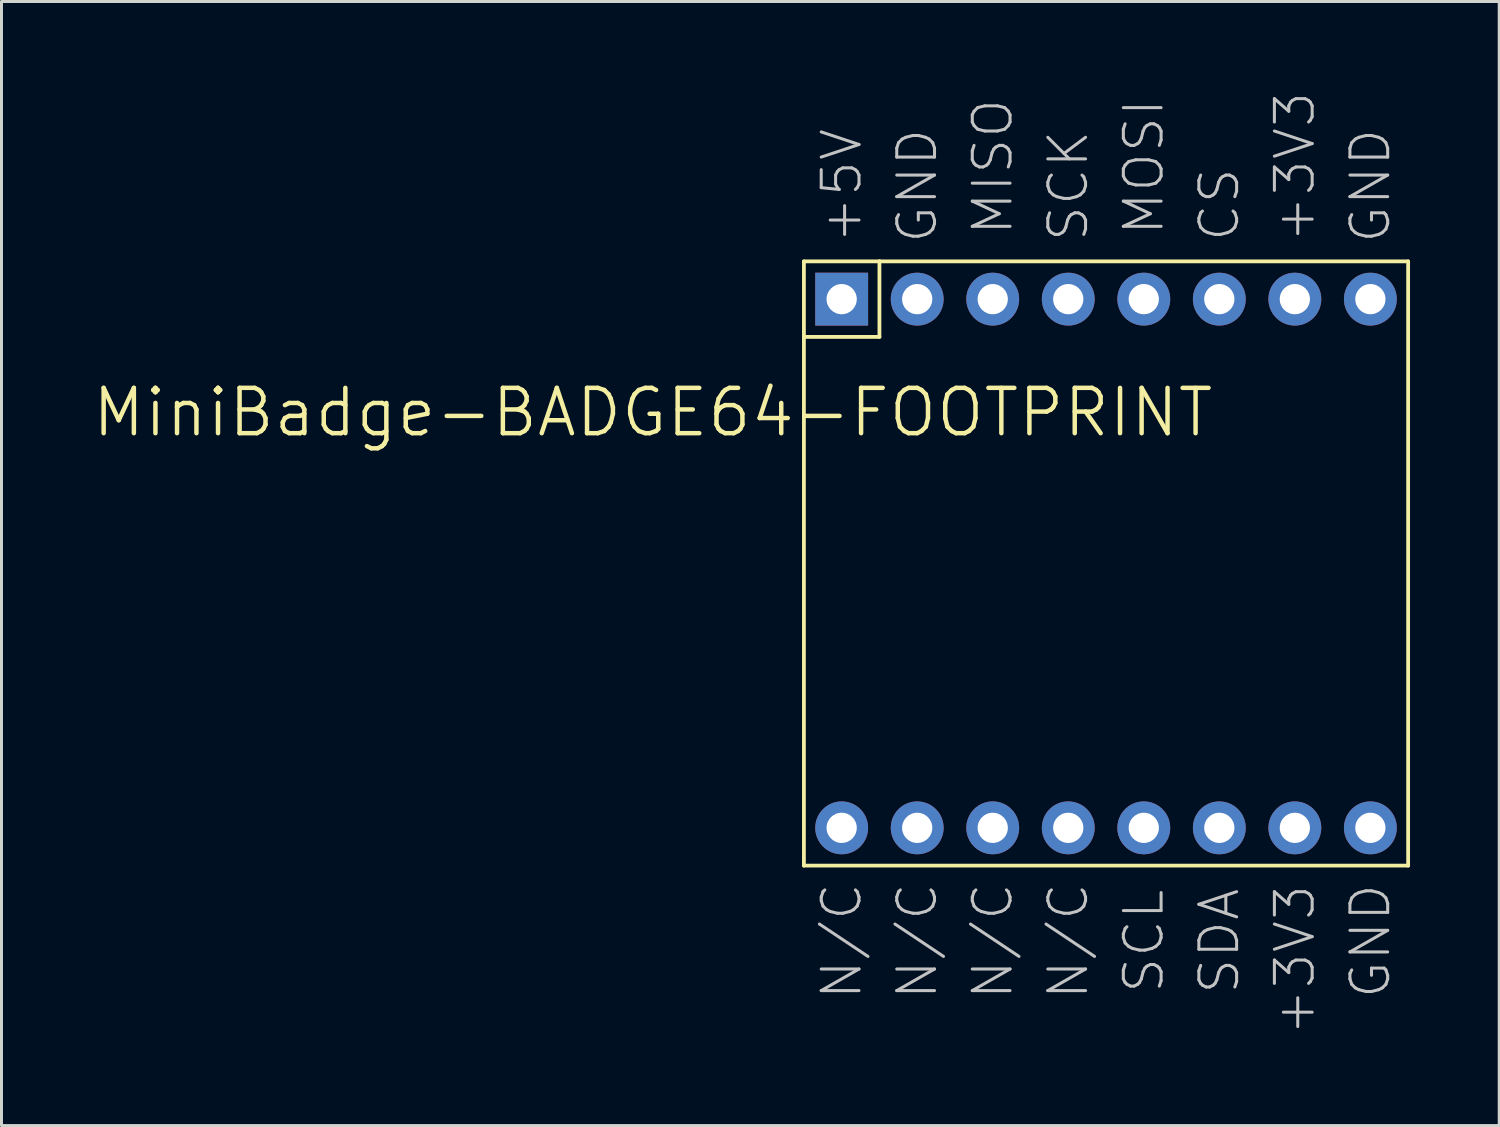
<source format=kicad_pcb>
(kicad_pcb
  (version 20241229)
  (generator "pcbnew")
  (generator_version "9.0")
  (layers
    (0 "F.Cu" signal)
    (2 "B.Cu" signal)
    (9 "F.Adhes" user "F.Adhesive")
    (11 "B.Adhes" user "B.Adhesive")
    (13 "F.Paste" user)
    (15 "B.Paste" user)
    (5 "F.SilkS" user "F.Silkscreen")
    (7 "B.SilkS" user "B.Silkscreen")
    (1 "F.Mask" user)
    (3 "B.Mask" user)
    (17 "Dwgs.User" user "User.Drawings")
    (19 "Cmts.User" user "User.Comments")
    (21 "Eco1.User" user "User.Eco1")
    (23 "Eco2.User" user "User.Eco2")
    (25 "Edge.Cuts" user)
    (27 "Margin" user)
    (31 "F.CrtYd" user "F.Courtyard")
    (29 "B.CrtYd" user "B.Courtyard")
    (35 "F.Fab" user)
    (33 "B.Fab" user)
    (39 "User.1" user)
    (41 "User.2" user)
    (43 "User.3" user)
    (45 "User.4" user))
  (footprint "MiniBadge-BADGE64-FOOTPRINT"
    (layer "F.Cu")
    (at 25.255 7.01)
    (property "Reference" "MiniBadge-BADGE64-FOOTPRINT" (at -6.35 3.81 0) (layer "F.SilkS") (effects (font (size 1.524 1.524) (thickness 0.15))))
    (attr exclude_from_pos_files exclude_from_bom)
    (fp_line (start -1.27 -1.27) (end 1.27 -1.27) (stroke (width 0.127) (type solid)) (layer "F.SilkS"))
    (fp_line (start -1.27 1.27) (end -1.27 -1.27) (stroke (width 0.127) (type solid)) (layer "F.SilkS"))
    (fp_line (start -1.27 1.27) (end 1.27 1.27) (stroke (width 0.127) (type solid)) (layer "F.SilkS"))
    (fp_line (start -1.27 19.05) (end -1.27 1.27) (stroke (width 0.127) (type solid)) (layer "F.SilkS"))
    (fp_line (start 1.27 -1.27) (end 19.05 -1.27) (stroke (width 0.127) (type solid)) (layer "F.SilkS"))
    (fp_line (start 1.27 1.27) (end 1.27 -1.27) (stroke (width 0.127) (type solid)) (layer "F.SilkS"))
    (fp_line (start 19.05 -1.27) (end 19.05 19.05) (stroke (width 0.127) (type solid)) (layer "F.SilkS"))
    (fp_line (start 19.05 19.05) (end -1.27 19.05) (stroke (width 0.127) (type solid)) (layer "F.SilkS"))
    (fp_text user "SDA" (at 12.7 21.59 270) (layer "Dwgs.User") (effects (font (size 1.27 1.27) (thickness 0.102))))
    (fp_text user "MOSI" (at 10.16 -4.445 90) (layer "Dwgs.User") (effects (font (size 1.27 1.27) (thickness 0.102))))
    (fp_text user "GND" (at 2.54 -3.81 90) (layer "Dwgs.User") (effects (font (size 1.27 1.27) (thickness 0.102))))
    (fp_text user "GND" (at 17.78 21.59 270) (layer "Dwgs.User") (effects (font (size 1.27 1.27) (thickness 0.102))))
    (fp_text user "N/C" (at 5.08 21.59 270) (layer "Dwgs.User") (effects (font (size 1.27 1.27) (thickness 0.102))))
    (fp_text user "MISO" (at 5.08 -4.445 90) (layer "Dwgs.User") (effects (font (size 1.27 1.27) (thickness 0.102))))
    (fp_text user "N/C" (at 0 21.59 270) (layer "Dwgs.User") (effects (font (size 1.27 1.27) (thickness 0.102))))
    (fp_text user "CS" (at 12.7 -3.175 90) (layer "Dwgs.User") (effects (font (size 1.27 1.27) (thickness 0.102))))
    (fp_text user "+3V3" (at 15.24 -4.445 90) (layer "Dwgs.User") (effects (font (size 1.27 1.27) (thickness 0.102))))
    (fp_text user "GND" (at 17.78 -3.81 90) (layer "Dwgs.User") (effects (font (size 1.27 1.27) (thickness 0.102))))
    (fp_text user "N/C" (at 7.62 21.59 270) (layer "Dwgs.User") (effects (font (size 1.27 1.27) (thickness 0.102))))
    (fp_text user "N/C" (at 2.54 21.59 270) (layer "Dwgs.User") (effects (font (size 1.27 1.27) (thickness 0.102))))
    (fp_text user "+5V" (at 0 -3.81 90) (layer "Dwgs.User") (effects (font (size 1.27 1.27) (thickness 0.102))))
    (fp_text user "SCL" (at 10.16 21.59 270) (layer "Dwgs.User") (effects (font (size 1.27 1.27) (thickness 0.102))))
    (fp_text user "SCK" (at 7.62 -3.81 90) (layer "Dwgs.User") (effects (font (size 1.27 1.27) (thickness 0.102))))
    (fp_text user "+3V3" (at 15.24 22.225 270) (layer "Dwgs.User") (effects (font (size 1.27 1.27) (thickness 0.102))))
    (pad "1" thru_hole rect (at 0 0) (size 1.778 1.778) (drill 1.016) (layers "*.Cu" "*.Paste" "*.Mask"))
    (pad "2" thru_hole circle (at 2.54 0) (size 1.778 1.778) (drill 1.016) (layers "*.Cu" "*.Paste" "*.Mask"))
    (pad "3" thru_hole circle (at 5.08 0) (size 1.778 1.778) (drill 1.016) (layers "*.Cu" "*.Paste" "*.Mask"))
    (pad "4" thru_hole circle (at 7.62 0) (size 1.778 1.778) (drill 1.016) (layers "*.Cu" "*.Paste" "*.Mask"))
    (pad "5" thru_hole circle (at 10.16 0) (size 1.778 1.778) (drill 1.016) (layers "*.Cu" "*.Paste" "*.Mask"))
    (pad "6" thru_hole circle (at 12.7 0) (size 1.778 1.778) (drill 1.016) (layers "*.Cu" "*.Paste" "*.Mask"))
    (pad "7" thru_hole circle (at 15.24 0) (size 1.778 1.778) (drill 1.016) (layers "*.Cu" "*.Paste" "*.Mask"))
    (pad "8" thru_hole circle (at 17.78 0) (size 1.778 1.778) (drill 1.016) (layers "*.Cu" "*.Paste" "*.Mask"))
    (pad "9" thru_hole circle (at 17.78 17.78) (size 1.778 1.778) (drill 1.016) (layers "*.Cu" "*.Paste" "*.Mask"))
    (pad "10" thru_hole circle (at 15.24 17.78) (size 1.778 1.778) (drill 1.016) (layers "*.Cu" "*.Paste" "*.Mask"))
    (pad "11" thru_hole circle (at 12.7 17.78) (size 1.778 1.778) (drill 1.016) (layers "*.Cu" "*.Paste" "*.Mask"))
    (pad "12" thru_hole circle (at 10.16 17.78) (size 1.778 1.778) (drill 1.016) (layers "*.Cu" "*.Paste" "*.Mask"))
    (pad "13" thru_hole circle (at 7.62 17.78) (size 1.778 1.778) (drill 1.016) (layers "*.Cu" "*.Paste" "*.Mask"))
    (pad "14" thru_hole circle (at 5.08 17.78) (size 1.778 1.778) (drill 1.016) (layers "*.Cu" "*.Paste" "*.Mask"))
    (pad "15" thru_hole circle (at 2.54 17.78) (size 1.778 1.778) (drill 1.016) (layers "*.Cu" "*.Paste" "*.Mask"))
    (pad "16" thru_hole circle (at 0 17.78) (size 1.778 1.778) (drill 1.016) (layers "*.Cu" "*.Paste" "*.Mask")))
  (gr_rect
    (start -3 -3)
    (end 47.368 34.801)
    (stroke (width 0.1) (type default))
    (fill no)
    (layer "Edge.Cuts")))
</source>
